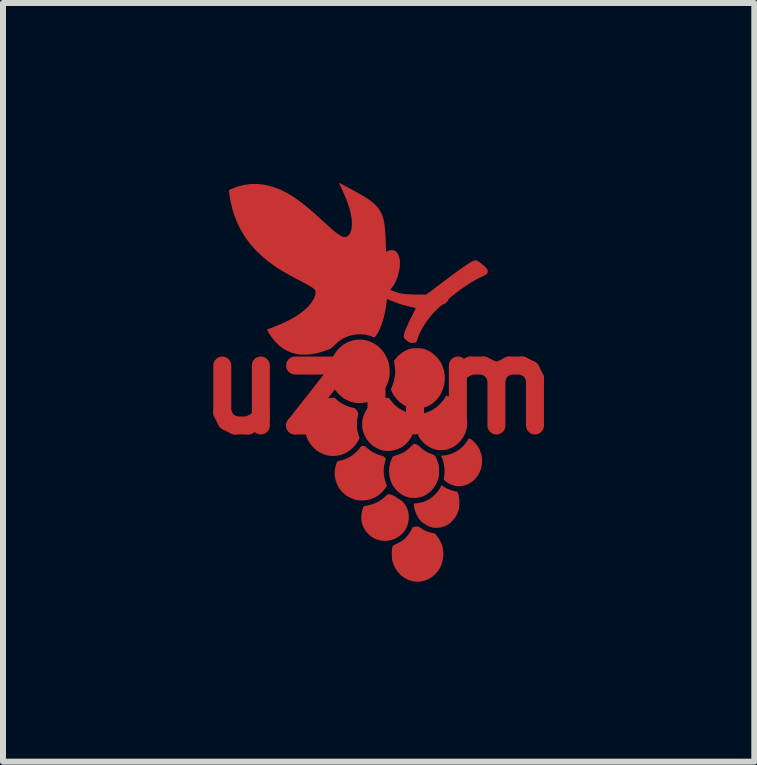
<source format=kicad_pcb>
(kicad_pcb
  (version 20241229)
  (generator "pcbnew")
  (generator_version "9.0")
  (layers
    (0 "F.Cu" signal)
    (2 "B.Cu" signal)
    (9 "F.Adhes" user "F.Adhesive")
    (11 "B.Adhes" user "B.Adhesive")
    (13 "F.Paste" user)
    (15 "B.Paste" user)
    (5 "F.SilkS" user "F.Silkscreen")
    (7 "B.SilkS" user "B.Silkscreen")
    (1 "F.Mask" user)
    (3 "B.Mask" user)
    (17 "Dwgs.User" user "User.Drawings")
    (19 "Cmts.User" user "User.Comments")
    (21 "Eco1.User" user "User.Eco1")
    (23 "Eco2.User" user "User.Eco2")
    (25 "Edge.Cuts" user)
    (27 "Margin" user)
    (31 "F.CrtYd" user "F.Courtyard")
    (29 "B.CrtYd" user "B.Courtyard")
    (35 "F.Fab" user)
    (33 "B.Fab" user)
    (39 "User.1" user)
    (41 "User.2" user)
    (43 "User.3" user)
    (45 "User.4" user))
  (footprint "uzum"
    (layer "F.Cu")
    (at 3.264 3.367)
    (property "Reference" "uzum" (at 0 0 0) (layer "F.Cu") (effects (font (size 1.5 1.5) (thickness 0.3))))
    (attr board_only exclude_from_pos_files exclude_from_bom)
    (fp_poly (pts (xy -0.286 -0.754) (xy -0.208 -0.742) (xy -0.133 -0.718) (xy -0.064 -0.683) (xy -0.001 -0.637) (xy 0.055 -0.581) (xy 0.102 -0.517) (xy 0.14 -0.444) (xy 0.169 -0.364) (xy 0.169 -0.361) (xy 0.179 -0.31) (xy 0.184 -0.251) (xy 0.184 -0.19) (xy 0.179 -0.132) (xy 0.17 -0.085) (xy 0.143 -0.009) (xy 0.106 0.061) (xy 0.061 0.125) (xy 0.007 0.18) (xy -0.052 0.227) (xy -0.117 0.263) (xy -0.186 0.289) (xy -0.243 0.3) (xy -0.279 0.304) (xy -0.305 0.306) (xy -0.326 0.307) (xy -0.346 0.306) (xy -0.369 0.304) (xy -0.375 0.303) (xy -0.452 0.287) (xy -0.524 0.259) (xy -0.589 0.221) (xy -0.648 0.173) (xy -0.7 0.117) (xy -0.743 0.055) (xy -0.777 -0.014) (xy -0.802 -0.088) (xy -0.816 -0.165) (xy -0.819 -0.245) (xy -0.81 -0.326) (xy -0.802 -0.361) (xy -0.777 -0.438) (xy -0.74 -0.509) (xy -0.692 -0.575) (xy -0.655 -0.614) (xy -0.593 -0.666) (xy -0.525 -0.707) (xy -0.452 -0.735) (xy -0.375 -0.751) (xy -0.296 -0.754)) (stroke (width 0) (type solid)) (fill yes) (layer "F.Cu"))
    (fp_poly (pts (xy 1.52 0.895) (xy 1.535 0.905) (xy 1.555 0.919) (xy 1.56 0.923) (xy 1.612 0.97) (xy 1.655 1.027) (xy 1.688 1.09) (xy 1.712 1.158) (xy 1.724 1.229) (xy 1.725 1.302) (xy 1.714 1.375) (xy 1.707 1.402) (xy 1.68 1.469) (xy 1.643 1.53) (xy 1.597 1.583) (xy 1.543 1.627) (xy 1.484 1.66) (xy 1.419 1.682) (xy 1.412 1.684) (xy 1.369 1.691) (xy 1.331 1.692) (xy 1.292 1.688) (xy 1.27 1.684) (xy 1.222 1.669) (xy 1.174 1.647) (xy 1.131 1.62) (xy 1.114 1.607) (xy 1.085 1.582) (xy 1.093 1.53) (xy 1.1 1.461) (xy 1.097 1.388) (xy 1.087 1.317) (xy 1.069 1.25) (xy 1.056 1.217) (xy 1.04 1.181) (xy 1.063 1.181) (xy 1.094 1.178) (xy 1.132 1.172) (xy 1.173 1.162) (xy 1.213 1.149) (xy 1.24 1.139) (xy 1.307 1.104) (xy 1.371 1.058) (xy 1.428 1.002) (xy 1.476 0.939) (xy 1.48 0.933) (xy 1.493 0.913) (xy 1.505 0.898) (xy 1.511 0.891) (xy 1.512 0.891)) (stroke (width 0) (type solid)) (fill yes) (layer "F.Cu"))
    (fp_poly (pts (xy 0.194 1.827) (xy 0.231 1.84) (xy 0.271 1.86) (xy 0.298 1.878) (xy 0.324 1.895) (xy 0.347 1.91) (xy 0.366 1.921) (xy 0.37 1.923) (xy 0.387 1.934) (xy 0.407 1.955) (xy 0.429 1.981) (xy 0.45 2.012) (xy 0.467 2.042) (xy 0.47 2.048) (xy 0.493 2.113) (xy 0.504 2.181) (xy 0.502 2.251) (xy 0.489 2.32) (xy 0.463 2.387) (xy 0.449 2.413) (xy 0.435 2.434) (xy 0.415 2.458) (xy 0.392 2.483) (xy 0.385 2.49) (xy 0.33 2.535) (xy 0.268 2.57) (xy 0.201 2.592) (xy 0.131 2.603) (xy 0.059 2.601) (xy 0.02 2.594) (xy -0.047 2.573) (xy -0.108 2.54) (xy -0.163 2.498) (xy -0.21 2.446) (xy -0.248 2.386) (xy -0.275 2.321) (xy -0.281 2.301) (xy -0.289 2.248) (xy -0.289 2.19) (xy -0.282 2.132) (xy -0.268 2.079) (xy -0.266 2.072) (xy -0.246 2.022) (xy -0.194 2.014) (xy -0.113 1.995) (xy -0.036 1.965) (xy 0.035 1.924) (xy 0.099 1.875) (xy 0.118 1.856) (xy 0.136 1.839) (xy 0.152 1.827) (xy 0.162 1.822) (xy 0.162 1.822)) (stroke (width 0) (type solid)) (fill yes) (layer "F.Cu"))
    (fp_poly (pts (xy 0.171 0.218) (xy 0.175 0.22) (xy 0.18 0.23) (xy 0.192 0.247) (xy 0.21 0.269) (xy 0.231 0.294) (xy 0.254 0.319) (xy 0.276 0.342) (xy 0.295 0.36) (xy 0.338 0.391) (xy 0.388 0.421) (xy 0.441 0.447) (xy 0.493 0.466) (xy 0.514 0.472) (xy 0.563 0.484) (xy 0.575 0.518) (xy 0.593 0.592) (xy 0.598 0.667) (xy 0.591 0.741) (xy 0.572 0.812) (xy 0.541 0.879) (xy 0.498 0.941) (xy 0.445 0.996) (xy 0.436 1.004) (xy 0.379 1.044) (xy 0.315 1.074) (xy 0.247 1.094) (xy 0.177 1.104) (xy 0.109 1.102) (xy 0.097 1.1) (xy 0.063 1.094) (xy 0.031 1.084) (xy -0.002 1.071) (xy -0.042 1.051) (xy -0.044 1.05) (xy -0.103 1.012) (xy -0.155 0.964) (xy -0.2 0.907) (xy -0.235 0.844) (xy -0.26 0.776) (xy -0.274 0.705) (xy -0.276 0.661) (xy -0.271 0.593) (xy -0.254 0.524) (xy -0.228 0.459) (xy -0.203 0.414) (xy -0.188 0.393) (xy -0.173 0.381) (xy -0.154 0.372) (xy -0.142 0.368) (xy -0.075 0.341) (xy -0.008 0.304) (xy 0.052 0.259) (xy 0.066 0.247) (xy 0.085 0.231) (xy 0.102 0.222) (xy 0.122 0.218) (xy 0.135 0.217) (xy 0.157 0.217)) (stroke (width 0) (type solid)) (fill yes) (layer "F.Cu"))
    (fp_poly (pts (xy 1.146 0.186) (xy 1.17 0.193) (xy 1.198 0.204) (xy 1.228 0.218) (xy 1.257 0.234) (xy 1.27 0.242) (xy 1.33 0.289) (xy 1.381 0.346) (xy 1.422 0.41) (xy 1.452 0.48) (xy 1.471 0.557) (xy 1.476 0.604) (xy 1.475 0.666) (xy 1.467 0.729) (xy 1.451 0.789) (xy 1.442 0.813) (xy 1.408 0.879) (xy 1.363 0.939) (xy 1.309 0.991) (xy 1.249 1.034) (xy 1.183 1.066) (xy 1.154 1.076) (xy 1.117 1.084) (xy 1.072 1.089) (xy 1.026 1.09) (xy 0.985 1.088) (xy 0.973 1.086) (xy 0.908 1.068) (xy 0.845 1.039) (xy 0.786 0.999) (xy 0.733 0.952) (xy 0.69 0.899) (xy 0.679 0.882) (xy 0.656 0.844) (xy 0.67 0.798) (xy 0.678 0.762) (xy 0.682 0.717) (xy 0.684 0.667) (xy 0.684 0.618) (xy 0.68 0.573) (xy 0.673 0.537) (xy 0.673 0.536) (xy 0.667 0.514) (xy 0.663 0.497) (xy 0.661 0.491) (xy 0.667 0.489) (xy 0.684 0.486) (xy 0.706 0.483) (xy 0.774 0.47) (xy 0.843 0.445) (xy 0.91 0.41) (xy 0.973 0.366) (xy 1.016 0.327) (xy 1.04 0.302) (xy 1.064 0.273) (xy 1.087 0.244) (xy 1.106 0.217) (xy 1.118 0.195) (xy 1.122 0.187) (xy 1.129 0.184)) (stroke (width 0) (type solid)) (fill yes) (layer "F.Cu"))
    (fp_poly (pts (xy 0.684 -0.61) (xy 0.721 -0.607) (xy 0.754 -0.6) (xy 0.786 -0.59) (xy 0.822 -0.573) (xy 0.847 -0.561) (xy 0.88 -0.541) (xy 0.917 -0.511) (xy 0.955 -0.477) (xy 0.989 -0.44) (xy 1.018 -0.403) (xy 1.032 -0.382) (xy 1.068 -0.309) (xy 1.091 -0.232) (xy 1.103 -0.153) (xy 1.103 -0.073) (xy 1.092 0.005) (xy 1.07 0.081) (xy 1.037 0.153) (xy 0.993 0.219) (xy 0.942 0.275) (xy 0.88 0.324) (xy 0.814 0.36) (xy 0.743 0.385) (xy 0.669 0.397) (xy 0.594 0.396) (xy 0.543 0.388) (xy 0.475 0.367) (xy 0.41 0.333) (xy 0.35 0.288) (xy 0.296 0.234) (xy 0.251 0.172) (xy 0.228 0.131) (xy 0.216 0.105) (xy 0.208 0.088) (xy 0.205 0.076) (xy 0.207 0.067) (xy 0.211 0.056) (xy 0.213 0.054) (xy 0.232 0.009) (xy 0.249 -0.044) (xy 0.263 -0.101) (xy 0.272 -0.158) (xy 0.277 -0.211) (xy 0.277 -0.222) (xy 0.275 -0.249) (xy 0.272 -0.283) (xy 0.268 -0.319) (xy 0.266 -0.332) (xy 0.255 -0.397) (xy 0.28 -0.431) (xy 0.327 -0.485) (xy 0.384 -0.532) (xy 0.449 -0.571) (xy 0.5 -0.593) (xy 0.523 -0.6) (xy 0.543 -0.605) (xy 0.564 -0.608) (xy 0.591 -0.61) (xy 0.626 -0.611) (xy 0.638 -0.611)) (stroke (width 0) (type solid)) (fill yes) (layer "F.Cu"))
    (fp_poly (pts (xy 1.056 1.677) (xy 1.069 1.686) (xy 1.085 1.697) (xy 1.14 1.73) (xy 1.203 1.756) (xy 1.257 1.771) (xy 1.282 1.776) (xy 1.301 1.78) (xy 1.311 1.781) (xy 1.312 1.782) (xy 1.316 1.787) (xy 1.322 1.803) (xy 1.329 1.826) (xy 1.331 1.83) (xy 1.338 1.855) (xy 1.342 1.878) (xy 1.345 1.904) (xy 1.346 1.938) (xy 1.346 1.967) (xy 1.346 2.005) (xy 1.344 2.034) (xy 1.342 2.057) (xy 1.337 2.077) (xy 1.33 2.1) (xy 1.327 2.109) (xy 1.315 2.14) (xy 1.3 2.172) (xy 1.287 2.198) (xy 1.285 2.2) (xy 1.263 2.232) (xy 1.234 2.265) (xy 1.202 2.297) (xy 1.171 2.323) (xy 1.155 2.333) (xy 1.096 2.361) (xy 1.034 2.379) (xy 0.971 2.386) (xy 0.91 2.382) (xy 0.893 2.379) (xy 0.832 2.359) (xy 0.774 2.328) (xy 0.721 2.288) (xy 0.681 2.245) (xy 0.653 2.204) (xy 0.628 2.157) (xy 0.608 2.108) (xy 0.594 2.059) (xy 0.587 2.016) (xy 0.587 2.007) (xy 0.587 1.979) (xy 0.637 1.975) (xy 0.696 1.965) (xy 0.757 1.947) (xy 0.815 1.923) (xy 0.836 1.912) (xy 0.891 1.874) (xy 0.943 1.827) (xy 0.99 1.774) (xy 1.027 1.718) (xy 1.033 1.707) (xy 1.042 1.69) (xy 1.049 1.678) (xy 1.05 1.675)) (stroke (width 0) (type solid)) (fill yes) (layer "F.Cu"))
    (fp_poly (pts (xy -0.751 0.217) (xy -0.735 0.219) (xy -0.723 0.225) (xy -0.715 0.233) (xy -0.673 0.271) (xy -0.62 0.307) (xy -0.561 0.338) (xy -0.499 0.364) (xy -0.436 0.382) (xy -0.411 0.387) (xy -0.397 0.392) (xy -0.384 0.401) (xy -0.371 0.418) (xy -0.362 0.43) (xy -0.351 0.447) (xy -0.344 0.461) (xy -0.341 0.474) (xy -0.341 0.49) (xy -0.344 0.512) (xy -0.351 0.542) (xy -0.354 0.557) (xy -0.363 0.627) (xy -0.362 0.701) (xy -0.352 0.776) (xy -0.331 0.847) (xy -0.331 0.848) (xy -0.317 0.885) (xy -0.338 0.927) (xy -0.378 0.993) (xy -0.429 1.051) (xy -0.489 1.101) (xy -0.557 1.141) (xy -0.621 1.167) (xy -0.66 1.177) (xy -0.707 1.183) (xy -0.758 1.186) (xy -0.807 1.184) (xy -0.85 1.179) (xy -0.857 1.178) (xy -0.883 1.17) (xy -0.915 1.158) (xy -0.949 1.144) (xy -0.965 1.136) (xy -0.997 1.119) (xy -1.024 1.102) (xy -1.049 1.083) (xy -1.076 1.057) (xy -1.087 1.047) (xy -1.139 0.986) (xy -1.179 0.922) (xy -1.207 0.852) (xy -1.223 0.777) (xy -1.228 0.698) (xy -1.223 0.623) (xy -1.208 0.553) (xy -1.183 0.488) (xy -1.155 0.439) (xy -1.11 0.378) (xy -1.056 0.325) (xy -0.996 0.282) (xy -0.932 0.248) (xy -0.863 0.226) (xy -0.794 0.216) (xy -0.776 0.216)) (stroke (width 0) (type solid)) (fill yes) (layer "F.Cu"))
    (fp_poly (pts (xy 0.654 2.363) (xy 0.672 2.368) (xy 0.691 2.38) (xy 0.7 2.387) (xy 0.745 2.416) (xy 0.798 2.441) (xy 0.854 2.46) (xy 0.88 2.466) (xy 0.907 2.472) (xy 0.928 2.478) (xy 0.941 2.484) (xy 0.943 2.485) (xy 0.958 2.5) (xy 0.976 2.524) (xy 0.997 2.554) (xy 1.016 2.585) (xy 1.032 2.614) (xy 1.037 2.624) (xy 1.062 2.689) (xy 1.076 2.756) (xy 1.08 2.822) (xy 1.074 2.901) (xy 1.056 2.975) (xy 1.028 3.044) (xy 0.99 3.106) (xy 0.942 3.161) (xy 0.887 3.207) (xy 0.824 3.244) (xy 0.755 3.269) (xy 0.727 3.276) (xy 0.678 3.284) (xy 0.634 3.285) (xy 0.589 3.28) (xy 0.563 3.275) (xy 0.496 3.254) (xy 0.432 3.221) (xy 0.374 3.178) (xy 0.323 3.125) (xy 0.28 3.064) (xy 0.247 2.996) (xy 0.231 2.948) (xy 0.226 2.92) (xy 0.222 2.883) (xy 0.22 2.842) (xy 0.22 2.8) (xy 0.221 2.761) (xy 0.225 2.727) (xy 0.23 2.704) (xy 0.23 2.703) (xy 0.236 2.689) (xy 0.245 2.678) (xy 0.259 2.67) (xy 0.283 2.659) (xy 0.285 2.658) (xy 0.359 2.622) (xy 0.425 2.575) (xy 0.481 2.518) (xy 0.527 2.453) (xy 0.553 2.405) (xy 0.562 2.385) (xy 0.571 2.374) (xy 0.583 2.369) (xy 0.599 2.366) (xy 0.631 2.363)) (stroke (width 0) (type solid)) (fill yes) (layer "F.Cu"))
    (fp_poly (pts (xy -0.241 1.02) (xy -0.227 1.025) (xy -0.212 1.035) (xy -0.195 1.051) (xy -0.14 1.096) (xy -0.079 1.134) (xy -0.013 1.163) (xy 0.048 1.181) (xy 0.072 1.187) (xy 0.088 1.196) (xy 0.101 1.21) (xy 0.103 1.212) (xy 0.12 1.236) (xy 0.107 1.276) (xy 0.09 1.355) (xy 0.084 1.438) (xy 0.091 1.522) (xy 0.11 1.607) (xy 0.116 1.625) (xy 0.137 1.688) (xy 0.112 1.724) (xy 0.06 1.787) (xy 0.002 1.839) (xy -0.064 1.88) (xy -0.137 1.909) (xy -0.173 1.919) (xy -0.225 1.927) (xy -0.283 1.929) (xy -0.34 1.926) (xy -0.377 1.92) (xy -0.418 1.907) (xy -0.464 1.888) (xy -0.51 1.864) (xy -0.552 1.838) (xy -0.568 1.825) (xy -0.619 1.776) (xy -0.662 1.718) (xy -0.696 1.652) (xy -0.72 1.583) (xy -0.733 1.512) (xy -0.734 1.448) (xy -0.73 1.418) (xy -0.724 1.386) (xy -0.716 1.352) (xy -0.707 1.321) (xy -0.698 1.296) (xy -0.689 1.28) (xy -0.687 1.277) (xy -0.675 1.272) (xy -0.656 1.267) (xy -0.648 1.266) (xy -0.613 1.258) (xy -0.572 1.244) (xy -0.528 1.226) (xy -0.487 1.205) (xy -0.455 1.186) (xy -0.421 1.161) (xy -0.386 1.131) (xy -0.352 1.099) (xy -0.323 1.068) (xy -0.305 1.044) (xy -0.293 1.028) (xy -0.281 1.021) (xy -0.264 1.019) (xy -0.258 1.019)) (stroke (width 0) (type solid)) (fill yes) (layer "F.Cu"))
    (fp_poly (pts (xy 0.616 0.989) (xy 0.634 0.994) (xy 0.653 1.005) (xy 0.675 1.023) (xy 0.686 1.033) (xy 0.752 1.087) (xy 0.819 1.128) (xy 0.888 1.156) (xy 0.902 1.16) (xy 0.92 1.167) (xy 0.933 1.177) (xy 0.946 1.194) (xy 0.951 1.203) (xy 0.963 1.227) (xy 0.976 1.258) (xy 0.988 1.289) (xy 0.99 1.292) (xy 0.997 1.316) (xy 1.003 1.336) (xy 1.006 1.357) (xy 1.008 1.382) (xy 1.008 1.415) (xy 1.008 1.437) (xy 1.008 1.477) (xy 1.007 1.506) (xy 1.004 1.53) (xy 0.999 1.551) (xy 0.993 1.574) (xy 0.99 1.582) (xy 0.959 1.655) (xy 0.919 1.72) (xy 0.869 1.776) (xy 0.811 1.822) (xy 0.746 1.857) (xy 0.713 1.87) (xy 0.663 1.882) (xy 0.607 1.887) (xy 0.551 1.886) (xy 0.499 1.878) (xy 0.494 1.876) (xy 0.462 1.866) (xy 0.428 1.852) (xy 0.403 1.841) (xy 0.366 1.817) (xy 0.327 1.785) (xy 0.29 1.747) (xy 0.256 1.707) (xy 0.231 1.668) (xy 0.227 1.662) (xy 0.197 1.59) (xy 0.179 1.514) (xy 0.174 1.436) (xy 0.18 1.357) (xy 0.2 1.281) (xy 0.22 1.23) (xy 0.228 1.214) (xy 0.235 1.203) (xy 0.244 1.194) (xy 0.258 1.187) (xy 0.279 1.179) (xy 0.308 1.17) (xy 0.324 1.165) (xy 0.378 1.145) (xy 0.427 1.12) (xy 0.475 1.086) (xy 0.525 1.042) (xy 0.527 1.04) (xy 0.587 0.984)) (stroke (width 0) (type solid)) (fill yes) (layer "F.Cu"))
    (fp_poly (pts (xy -0.654 -3.365) (xy -0.637 -3.357) (xy -0.612 -3.345) (xy -0.58 -3.328) (xy -0.543 -3.308) (xy -0.501 -3.286) (xy -0.458 -3.262) (xy -0.413 -3.238) (xy -0.37 -3.213) (xy -0.328 -3.19) (xy -0.291 -3.169) (xy -0.259 -3.15) (xy -0.253 -3.147) (xy -0.175 -3.098) (xy -0.109 -3.05) (xy -0.054 -3.002) (xy -0.01 -2.952) (xy 0.026 -2.9) (xy 0.054 -2.844) (xy 0.075 -2.783) (xy 0.088 -2.73) (xy 0.096 -2.685) (xy 0.103 -2.634) (xy 0.108 -2.575) (xy 0.113 -2.508) (xy 0.117 -2.429) (xy 0.119 -2.365) (xy 0.124 -2.216) (xy 0.154 -2.232) (xy 0.188 -2.244) (xy 0.224 -2.247) (xy 0.258 -2.242) (xy 0.274 -2.234) (xy 0.304 -2.208) (xy 0.328 -2.171) (xy 0.344 -2.124) (xy 0.354 -2.069) (xy 0.355 -2.006) (xy 0.351 -1.954) (xy 0.335 -1.864) (xy 0.31 -1.78) (xy 0.277 -1.705) (xy 0.236 -1.638) (xy 0.23 -1.631) (xy 0.195 -1.585) (xy 0.238 -1.566) (xy 0.287 -1.547) (xy 0.34 -1.531) (xy 0.4 -1.52) (xy 0.469 -1.512) (xy 0.547 -1.507) (xy 0.636 -1.505) (xy 0.651 -1.505) (xy 0.793 -1.505) (xy 1.047 -1.695) (xy 1.138 -1.764) (xy 1.219 -1.824) (xy 1.29 -1.876) (xy 1.353 -1.922) (xy 1.408 -1.961) (xy 1.455 -1.993) (xy 1.495 -2.019) (xy 1.529 -2.04) (xy 1.557 -2.056) (xy 1.58 -2.067) (xy 1.599 -2.074) (xy 1.611 -2.076) (xy 1.622 -2.077) (xy 1.633 -2.075) (xy 1.645 -2.07) (xy 1.662 -2.059) (xy 1.685 -2.043) (xy 1.708 -2.025) (xy 1.748 -1.994) (xy 1.778 -1.968) (xy 1.798 -1.946) (xy 1.812 -1.925) (xy 1.819 -1.905) (xy 1.82 -1.897) (xy 1.82 -1.877) (xy 1.812 -1.859) (xy 1.795 -1.842) (xy 1.768 -1.824) (xy 1.729 -1.805) (xy 1.716 -1.8) (xy 1.644 -1.765) (xy 1.564 -1.72) (xy 1.479 -1.666) (xy 1.389 -1.604) (xy 1.294 -1.534) (xy 1.231 -1.484) (xy 1.201 -1.459) (xy 1.18 -1.441) (xy 1.167 -1.428) (xy 1.161 -1.419) (xy 1.159 -1.411) (xy 1.159 -1.407) (xy 1.159 -1.394) (xy 1.151 -1.39) (xy 1.148 -1.39) (xy 1.137 -1.387) (xy 1.134 -1.383) (xy 1.129 -1.375) (xy 1.117 -1.362) (xy 1.112 -1.357) (xy 1.096 -1.345) (xy 1.085 -1.342) (xy 1.081 -1.344) (xy 1.073 -1.343) (xy 1.058 -1.332) (xy 1.036 -1.315) (xy 1.01 -1.293) (xy 0.982 -1.266) (xy 0.951 -1.236) (xy 0.921 -1.206) (xy 0.893 -1.175) (xy 0.868 -1.147) (xy 0.855 -1.13) (xy 0.799 -1.055) (xy 0.75 -0.981) (xy 0.71 -0.912) (xy 0.679 -0.848) (xy 0.657 -0.791) (xy 0.655 -0.782) (xy 0.644 -0.747) (xy 0.634 -0.724) (xy 0.623 -0.71) (xy 0.61 -0.703) (xy 0.599 -0.702) (xy 0.576 -0.701) (xy 0.553 -0.698) (xy 0.532 -0.699) (xy 0.507 -0.709) (xy 0.477 -0.73) (xy 0.445 -0.759) (xy 0.429 -0.775) (xy 0.421 -0.787) (xy 0.419 -0.8) (xy 0.42 -0.822) (xy 0.42 -0.824) (xy 0.426 -0.852) (xy 0.437 -0.89) (xy 0.456 -0.938) (xy 0.481 -0.995) (xy 0.513 -1.063) (xy 0.553 -1.142) (xy 0.555 -1.146) (xy 0.574 -1.185) (xy 0.591 -1.219) (xy 0.605 -1.247) (xy 0.614 -1.267) (xy 0.619 -1.278) (xy 0.619 -1.279) (xy 0.612 -1.281) (xy 0.595 -1.286) (xy 0.569 -1.292) (xy 0.537 -1.299) (xy 0.525 -1.302) (xy 0.415 -1.33) (xy 0.312 -1.362) (xy 0.218 -1.399) (xy 0.213 -1.401) (xy 0.185 -1.413) (xy 0.162 -1.423) (xy 0.147 -1.429) (xy 0.142 -1.431) (xy 0.139 -1.424) (xy 0.136 -1.407) (xy 0.133 -1.382) (xy 0.129 -1.355) (xy 0.116 -1.26) (xy 0.097 -1.167) (xy 0.073 -1.077) (xy 0.045 -0.994) (xy 0.014 -0.919) (xy -0.02 -0.854) (xy -0.032 -0.835) (xy -0.05 -0.809) (xy -0.063 -0.795) (xy -0.072 -0.792) (xy -0.073 -0.792) (xy -0.085 -0.796) (xy -0.105 -0.803) (xy -0.13 -0.811) (xy -0.134 -0.813) (xy -0.217 -0.835) (xy -0.302 -0.844) (xy -0.387 -0.839) (xy -0.473 -0.821) (xy -0.493 -0.815) (xy -0.561 -0.789) (xy -0.624 -0.753) (xy -0.685 -0.708) (xy -0.738 -0.658) (xy -0.763 -0.634) (xy -0.782 -0.617) (xy -0.799 -0.605) (xy -0.819 -0.595) (xy -0.845 -0.584) (xy -0.86 -0.579) (xy -0.939 -0.552) (xy -1.009 -0.532) (xy -1.074 -0.518) (xy -1.139 -0.508) (xy -1.205 -0.503) (xy -1.21 -0.503) (xy -1.246 -0.502) (xy -1.282 -0.503) (xy -1.313 -0.505) (xy -1.328 -0.506) (xy -1.419 -0.525) (xy -1.504 -0.556) (xy -1.584 -0.598) (xy -1.657 -0.652) (xy -1.724 -0.718) (xy -1.787 -0.797) (xy -1.833 -0.868) (xy -1.846 -0.891) (xy -1.856 -0.909) (xy -1.861 -0.92) (xy -1.861 -0.921) (xy -1.854 -0.924) (xy -1.837 -0.931) (xy -1.812 -0.941) (xy -1.781 -0.952) (xy -1.766 -0.958) (xy -1.64 -1.009) (xy -1.524 -1.062) (xy -1.421 -1.118) (xy -1.329 -1.176) (xy -1.249 -1.237) (xy -1.181 -1.299) (xy -1.126 -1.363) (xy -1.084 -1.429) (xy -1.08 -1.437) (xy -1.065 -1.474) (xy -1.055 -1.511) (xy -1.053 -1.545) (xy -1.057 -1.572) (xy -1.062 -1.582) (xy -1.073 -1.595) (xy -1.091 -1.61) (xy -1.117 -1.628) (xy -1.152 -1.649) (xy -1.196 -1.674) (xy -1.251 -1.704) (xy -1.305 -1.732) (xy -1.408 -1.787) (xy -1.501 -1.837) (xy -1.581 -1.883) (xy -1.65 -1.924) (xy -1.703 -1.958) (xy -1.829 -2.048) (xy -1.942 -2.141) (xy -2.043 -2.237) (xy -2.134 -2.338) (xy -2.214 -2.445) (xy -2.284 -2.557) (xy -2.339 -2.662) (xy -2.392 -2.785) (xy -2.435 -2.915) (xy -2.468 -3.051) (xy -2.492 -3.196) (xy -2.494 -3.21) (xy -2.499 -3.246) (xy -2.454 -3.266) (xy -2.348 -3.307) (xy -2.24 -3.334) (xy -2.131 -3.349) (xy -2.021 -3.349) (xy -1.909 -3.337) (xy -1.832 -3.32) (xy -1.754 -3.298) (xy -1.677 -3.27) (xy -1.6 -3.236) (xy -1.521 -3.195) (xy -1.441 -3.147) (xy -1.357 -3.09) (xy -1.27 -3.026) (xy -1.178 -2.952) (xy -1.08 -2.868) (xy -0.975 -2.774) (xy -0.939 -2.74) (xy -0.881 -2.687) (xy -0.833 -2.643) (xy -0.792 -2.606) (xy -0.758 -2.577) (xy -0.731 -2.554) (xy -0.708 -2.536) (xy -0.689 -2.523) (xy -0.678 -2.516) (xy -0.656 -2.502) (xy -0.635 -2.489) (xy -0.626 -2.482) (xy -0.601 -2.469) (xy -0.57 -2.465) (xy -0.54 -2.468) (xy -0.522 -2.476) (xy -0.493 -2.502) (xy -0.47 -2.539) (xy -0.455 -2.587) (xy -0.447 -2.645) (xy -0.445 -2.685) (xy -0.45 -2.764) (xy -0.464 -2.849) (xy -0.487 -2.941) (xy -0.52 -3.042) (xy -0.563 -3.15) (xy -0.616 -3.267) (xy -0.618 -3.272) (xy -0.633 -3.304) (xy -0.646 -3.332) (xy -0.655 -3.353) (xy -0.659 -3.365) (xy -0.66 -3.367)) (stroke (width 0) (type solid)) (fill yes) (layer "F.Cu")))
  (gr_rect
    (start -3 -3)
    (end 9.529 9.652)
    (stroke (width 0.1) (type default))
    (fill no)
    (layer "Edge.Cuts")))
</source>
